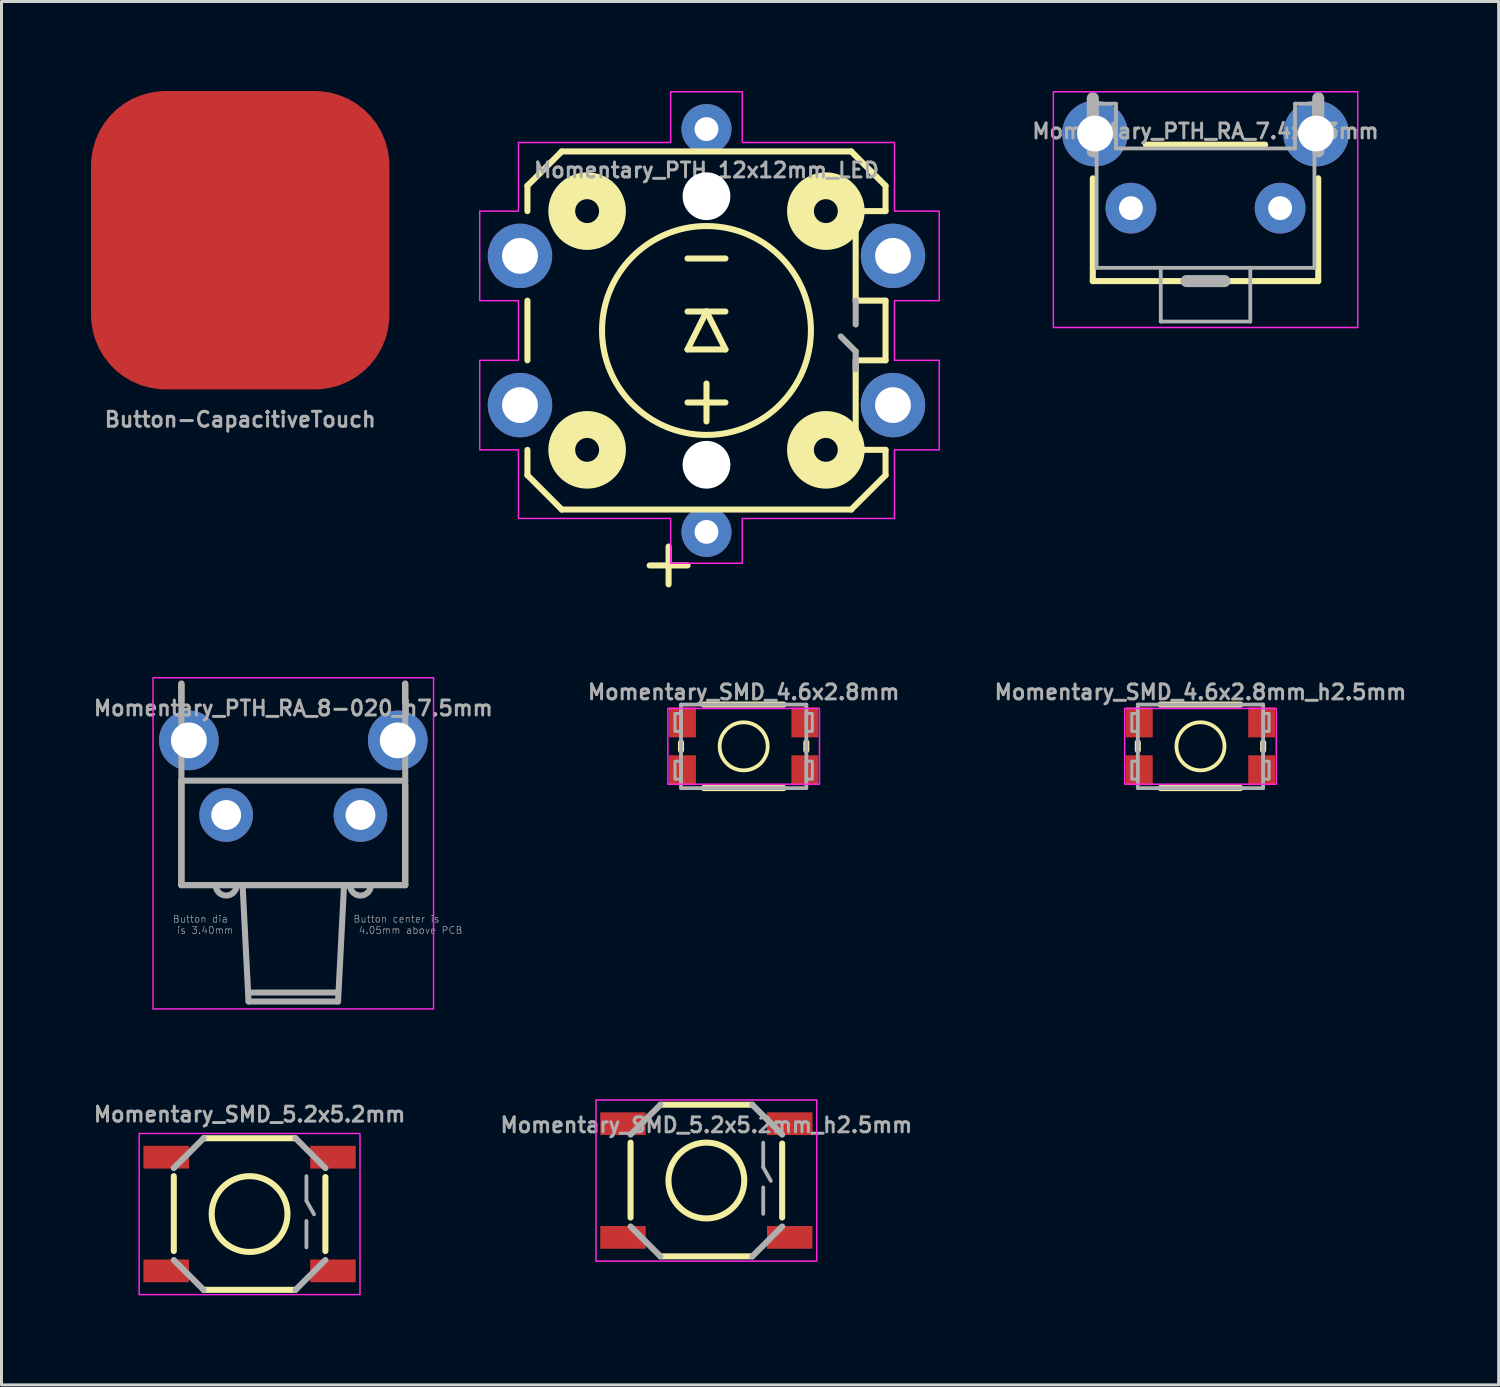
<source format=kicad_pcb>
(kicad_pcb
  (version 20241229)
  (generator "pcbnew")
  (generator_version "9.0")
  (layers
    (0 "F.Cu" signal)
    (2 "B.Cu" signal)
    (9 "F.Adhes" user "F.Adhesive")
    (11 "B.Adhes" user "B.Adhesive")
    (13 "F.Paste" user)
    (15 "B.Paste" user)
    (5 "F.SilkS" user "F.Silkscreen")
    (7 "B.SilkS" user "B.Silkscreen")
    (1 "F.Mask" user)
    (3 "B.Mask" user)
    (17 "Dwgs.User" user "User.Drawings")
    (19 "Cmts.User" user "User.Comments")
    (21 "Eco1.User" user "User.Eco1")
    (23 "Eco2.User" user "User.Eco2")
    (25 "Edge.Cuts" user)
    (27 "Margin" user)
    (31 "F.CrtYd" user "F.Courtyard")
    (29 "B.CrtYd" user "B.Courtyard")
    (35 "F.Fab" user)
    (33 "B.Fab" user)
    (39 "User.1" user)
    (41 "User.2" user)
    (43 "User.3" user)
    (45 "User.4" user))
  (footprint "Momentary_PTH_RA_7.4x4.3mm"
    (layer "F.Cu")
    (at 37.348 3.925)
    (property "Reference" "Momentary_PTH_RA_7.4x4.3mm" (at 0 -2.286 0) (layer "F.Fab") (effects (font (size 0.5 0.5) (thickness 0.1)) (justify bottom)))
    (fp_circle (center -2.5 0) (end -2.278 0) (stroke (width 0.445) (type solid)) (fill yes) (layer "F.Mask"))
    (fp_circle (center 2.5 0) (end 2.722 0) (stroke (width 0.445) (type solid)) (fill yes) (layer "F.Mask"))
    (fp_circle (center -2.5 0) (end -2.055 0) (stroke (width 0.889) (type solid)) (fill yes) (layer "B.Mask"))
    (fp_circle (center 2.5 0) (end 2.945 0) (stroke (width 0.889) (type solid)) (fill yes) (layer "B.Mask"))
    (fp_line (start -3.777 -1) (end -3.777 2.445) (stroke (width 0.203) (type solid)) (layer "F.SilkS"))
    (fp_line (start -3.777 2.445) (end 3.777 2.445) (stroke (width 0.203) (type solid)) (layer "F.SilkS"))
    (fp_line (start 2 -2.127) (end -2 -2.127) (stroke (width 0.203) (type solid)) (layer "F.SilkS"))
    (fp_line (start 3.777 2.445) (end 3.777 -1) (stroke (width 0.203) (type solid)) (layer "F.SilkS"))
    (fp_rect (start -5.1 -3.9) (end 5.1 4) (stroke (width 0.05) (type default)) (fill no) (layer "F.CrtYd"))
    (fp_line (start -3.777 -1.905) (end -3.777 -3.683) (stroke (width 0.406) (type solid)) (layer "F.Fab"))
    (fp_line (start -3.65 -3.5) (end -3 -3.5) (stroke (width 0.127) (type solid)) (layer "F.Fab"))
    (fp_line (start -3.65 2) (end -3.65 -3.5) (stroke (width 0.127) (type solid)) (layer "F.Fab"))
    (fp_line (start -3.65 2) (end -1.5 2) (stroke (width 0.127) (type solid)) (layer "F.Fab"))
    (fp_line (start -3 -2) (end -3 -3.5) (stroke (width 0.127) (type solid)) (layer "F.Fab"))
    (fp_line (start -3 -2) (end 3 -2) (stroke (width 0.127) (type solid)) (layer "F.Fab"))
    (fp_line (start -1.5 2) (end -1.5 3.8) (stroke (width 0.127) (type solid)) (layer "F.Fab"))
    (fp_line (start -1.5 2) (end 1.5 2) (stroke (width 0.127) (type solid)) (layer "F.Fab"))
    (fp_line (start -0.635 2.445) (end 0.635 2.445) (stroke (width 0.406) (type solid)) (layer "F.Fab"))
    (fp_line (start 1.5 2) (end 1.5 3.8) (stroke (width 0.127) (type solid)) (layer "F.Fab"))
    (fp_line (start 1.5 2) (end 3.65 2) (stroke (width 0.127) (type solid)) (layer "F.Fab"))
    (fp_line (start 1.5 3.8) (end -1.5 3.8) (stroke (width 0.127) (type solid)) (layer "F.Fab"))
    (fp_line (start 3 -3.5) (end 3.65 -3.5) (stroke (width 0.127) (type solid)) (layer "F.Fab"))
    (fp_line (start 3 -2) (end 3 -3.5) (stroke (width 0.127) (type solid)) (layer "F.Fab"))
    (fp_line (start 3.65 -3.5) (end 3.65 2) (stroke (width 0.127) (type solid)) (layer "F.Fab"))
    (fp_line (start 3.777 -1.905) (end 3.777 -3.683) (stroke (width 0.406) (type solid)) (layer "F.Fab"))
    (pad "1" thru_hole circle (at -2.5 0) (size 1.7 1.7) (drill 0.8) (layers "*.Cu"))
    (pad "2" thru_hole circle (at 2.5 0) (size 1.7 1.7) (drill 0.8) (layers "*.Cu"))
    (pad "ANCHOR1" thru_hole circle (at -3.703 -2.5) (size 2.2 2.2) (drill 1.2) (layers "*.Cu" "*.Mask"))
    (pad "ANCHOR2" thru_hole circle (at 3.703 -2.5) (size 2.2 2.2) (drill 1.2) (layers "*.Cu" "*.Mask")))
  (footprint "Momentary_SMD_4.6x2.8mm_h2.5mm"
    (layer "F.Cu")
    (at 37.179 21.96)
    (property "Reference" "Momentary_SMD_4.6x2.8mm_h2.5mm" (at 0 -1.524 0) (layer "F.Fab") (effects (font (size 0.5 0.5) (thickness 0.1)) (justify bottom)))
    (fp_line (start -2.1 -0.13) (end -2.1 0.13) (stroke (width 0.203) (type solid)) (layer "F.SilkS"))
    (fp_line (start -1.338 -1.4) (end 1.338 -1.4) (stroke (width 0.203) (type solid)) (layer "F.SilkS"))
    (fp_line (start 1.338 1.4) (end -1.338 1.4) (stroke (width 0.203) (type solid)) (layer "F.SilkS"))
    (fp_line (start 2.1 0.13) (end 2.1 -0.13) (stroke (width 0.203) (type solid)) (layer "F.SilkS"))
    (fp_circle (center 0 0) (end 0.805 0) (stroke (width 0.127) (type solid)) (fill no) (layer "F.SilkS"))
    (fp_rect (start -2.54 -1.27) (end 2.54 1.27) (stroke (width 0.05) (type default)) (fill no) (layer "F.CrtYd"))
    (fp_line (start -2.1 -1.4) (end -2.1 1.4) (stroke (width 0.127) (type solid)) (layer "F.Fab"))
    (fp_line (start -2.1 -1.4) (end 2.1 -1.4) (stroke (width 0.127) (type solid)) (layer "F.Fab"))
    (fp_line (start -2.1 1.4) (end 2.1 1.4) (stroke (width 0.127) (type solid)) (layer "F.Fab"))
    (fp_line (start 2.1 1.4) (end 2.1 -1.4) (stroke (width 0.127) (type solid)) (layer "F.Fab"))
    (fp_poly (pts (xy -2.3 -0.5) (xy -2.1 -0.5) (xy -2.1 -1.1) (xy -2.3 -1.1)) (stroke (width 0.1) (type default)) (fill no) (layer "F.Fab"))
    (fp_poly (pts (xy -2.3 1.1) (xy -2.1 1.1) (xy -2.1 0.5) (xy -2.3 0.5)) (stroke (width 0.1) (type default)) (fill no) (layer "F.Fab"))
    (fp_poly (pts (xy 2.3 -1.1) (xy 2.1 -1.1) (xy 2.1 -0.5) (xy 2.3 -0.5)) (stroke (width 0.1) (type default)) (fill no) (layer "F.Fab"))
    (fp_poly (pts (xy 2.3 0.5) (xy 2.1 0.5) (xy 2.1 1.1) (xy 2.3 1.1)) (stroke (width 0.1) (type default)) (fill no) (layer "F.Fab"))
    (pad "1" smd rect (at -2.05 -0.8) (size 0.9 1) (layers "F.Cu" "F.Mask" "F.Paste"))
    (pad "1" smd rect (at 2.05 -0.8) (size 0.9 1) (layers "F.Cu" "F.Mask" "F.Paste"))
    (pad "2" smd rect (at -2.05 0.8) (size 0.9 1) (layers "F.Cu" "F.Mask" "F.Paste"))
    (pad "2" smd rect (at 2.05 0.8) (size 0.9 1) (layers "F.Cu" "F.Mask" "F.Paste")))
  (footprint "Momentary_SMD_4.6x2.8mm"
    (layer "F.Cu")
    (at 21.871 21.96)
    (property "Reference" "Momentary_SMD_4.6x2.8mm" (at 0 -1.524 0) (layer "F.Fab") (effects (font (size 0.5 0.5) (thickness 0.1)) (justify bottom)))
    (fp_line (start -2.1 -0.13) (end -2.1 0.13) (stroke (width 0.203) (type solid)) (layer "F.SilkS"))
    (fp_line (start -1.338 -1.4) (end 1.338 -1.4) (stroke (width 0.203) (type solid)) (layer "F.SilkS"))
    (fp_line (start 1.338 1.4) (end -1.338 1.4) (stroke (width 0.203) (type solid)) (layer "F.SilkS"))
    (fp_line (start 2.1 0.13) (end 2.1 -0.13) (stroke (width 0.203) (type solid)) (layer "F.SilkS"))
    (fp_circle (center 0 0) (end 0.805 0) (stroke (width 0.127) (type solid)) (fill no) (layer "F.SilkS"))
    (fp_rect (start -2.54 -1.27) (end 2.54 1.27) (stroke (width 0.05) (type default)) (fill no) (layer "F.CrtYd"))
    (fp_line (start -2.1 -1.4) (end -2.1 1.4) (stroke (width 0.127) (type solid)) (layer "F.Fab"))
    (fp_line (start -2.1 -1.4) (end 2.1 -1.4) (stroke (width 0.127) (type solid)) (layer "F.Fab"))
    (fp_line (start -2.1 1.4) (end 2.1 1.4) (stroke (width 0.127) (type solid)) (layer "F.Fab"))
    (fp_line (start 2.1 1.4) (end 2.1 -1.4) (stroke (width 0.127) (type solid)) (layer "F.Fab"))
    (fp_poly (pts (xy -2.3 -0.5) (xy -2.1 -0.5) (xy -2.1 -1.1) (xy -2.3 -1.1)) (stroke (width 0.1) (type default)) (fill no) (layer "F.Fab"))
    (fp_poly (pts (xy -2.3 1.1) (xy -2.1 1.1) (xy -2.1 0.5) (xy -2.3 0.5)) (stroke (width 0.1) (type default)) (fill no) (layer "F.Fab"))
    (fp_poly (pts (xy 2.3 -1.1) (xy 2.1 -1.1) (xy 2.1 -0.5) (xy 2.3 -0.5)) (stroke (width 0.1) (type default)) (fill no) (layer "F.Fab"))
    (fp_poly (pts (xy 2.3 0.5) (xy 2.1 0.5) (xy 2.1 1.1) (xy 2.3 1.1)) (stroke (width 0.1) (type default)) (fill no) (layer "F.Fab"))
    (pad "1" smd rect (at -2.05 -0.8) (size 0.9 1) (layers "F.Cu" "F.Mask" "F.Paste"))
    (pad "1" smd rect (at 2.05 -0.8) (size 0.9 1) (layers "F.Cu" "F.Mask" "F.Paste"))
    (pad "2" smd rect (at -2.05 0.8) (size 0.9 1) (layers "F.Cu" "F.Mask" "F.Paste"))
    (pad "2" smd rect (at 2.05 0.8) (size 0.9 1) (layers "F.Cu" "F.Mask" "F.Paste")))
  (footprint "Momentary_PTH_12x12mm_LED"
    (layer "F.Cu")
    (at 20.625 8.025)
    (property "Reference" "Momentary_PTH_12x12mm_LED" (at 0 -5.08 0) (layer "F.Fab") (effects (font (size 0.5 0.5) (thickness 0.1)) (justify bottom)))
    (fp_line (start -6 -4.85) (end -4.85 -6) (stroke (width 0.203) (type solid)) (layer "F.SilkS"))
    (fp_line (start -6 -4) (end -6 -4.85) (stroke (width 0.203) (type solid)) (layer "F.SilkS"))
    (fp_line (start -6 1) (end -6 -1) (stroke (width 0.203) (type solid)) (layer "F.SilkS"))
    (fp_line (start -6 4.85) (end -6 4) (stroke (width 0.203) (type solid)) (layer "F.SilkS"))
    (fp_line (start -4.85 -6) (end 4.85 -6) (stroke (width 0.203) (type solid)) (layer "F.SilkS"))
    (fp_line (start -4.85 6) (end -6 4.85) (stroke (width 0.203) (type solid)) (layer "F.SilkS"))
    (fp_line (start -1.27 8.509) (end -1.27 7.239) (stroke (width 0.203) (type solid)) (layer "F.SilkS"))
    (fp_line (start -0.635 -0.635) (end 0 -0.635) (stroke (width 0.203) (type solid)) (layer "F.SilkS"))
    (fp_line (start -0.635 0.635) (end 0.635 0.635) (stroke (width 0.203) (type solid)) (layer "F.SilkS"))
    (fp_line (start -0.635 7.874) (end -1.905 7.874) (stroke (width 0.203) (type solid)) (layer "F.SilkS"))
    (fp_line (start 0 -0.635) (end -0.635 0.635) (stroke (width 0.203) (type solid)) (layer "F.SilkS"))
    (fp_line (start 0 -0.635) (end 0.635 -0.635) (stroke (width 0.203) (type solid)) (layer "F.SilkS"))
    (fp_line (start 0 3.048) (end 0 1.778) (stroke (width 0.203) (type solid)) (layer "F.SilkS"))
    (fp_line (start 0.635 -2.413) (end -0.635 -2.413) (stroke (width 0.203) (type solid)) (layer "F.SilkS"))
    (fp_line (start 0.635 0.635) (end 0 -0.635) (stroke (width 0.203) (type solid)) (layer "F.SilkS"))
    (fp_line (start 0.635 2.413) (end -0.635 2.413) (stroke (width 0.203) (type solid)) (layer "F.SilkS"))
    (fp_line (start 4.85 -6) (end 6 -4.85) (stroke (width 0.203) (type solid)) (layer "F.SilkS"))
    (fp_line (start 4.85 6) (end -4.85 6) (stroke (width 0.203) (type solid)) (layer "F.SilkS"))
    (fp_line (start 5 -4) (end 6 -4) (stroke (width 0.203) (type solid)) (layer "F.SilkS"))
    (fp_line (start 5 -1) (end 5 -4) (stroke (width 0.203) (type solid)) (layer "F.SilkS"))
    (fp_line (start 5 1) (end 5 4) (stroke (width 0.203) (type solid)) (layer "F.SilkS"))
    (fp_line (start 5 4) (end 6 4) (stroke (width 0.203) (type solid)) (layer "F.SilkS"))
    (fp_line (start 6 -4.85) (end 6 -4) (stroke (width 0.203) (type solid)) (layer "F.SilkS"))
    (fp_line (start 6 -1) (end 5 -1) (stroke (width 0.203) (type solid)) (layer "F.SilkS"))
    (fp_line (start 6 -1) (end 6 1) (stroke (width 0.203) (type solid)) (layer "F.SilkS"))
    (fp_line (start 6 1) (end 5 1) (stroke (width 0.203) (type solid)) (layer "F.SilkS"))
    (fp_line (start 6 4) (end 6 4.85) (stroke (width 0.203) (type solid)) (layer "F.SilkS"))
    (fp_line (start 6 4.85) (end 4.85 6) (stroke (width 0.203) (type solid)) (layer "F.SilkS"))
    (fp_circle (center -4 -4) (end -3.6 -4) (stroke (width 0.9) (type solid)) (fill no) (layer "F.SilkS"))
    (fp_circle (center -4 4) (end -3.6 4) (stroke (width 0.9) (type solid)) (fill no) (layer "F.SilkS"))
    (fp_circle (center 0 0) (end 3.5 0) (stroke (width 0.203) (type solid)) (fill no) (layer "F.SilkS"))
    (fp_circle (center 4 -4) (end 4.4 -4) (stroke (width 0.9) (type solid)) (fill no) (layer "F.SilkS"))
    (fp_circle (center 4 4) (end 4.4 4) (stroke (width 0.9) (type solid)) (fill no) (layer "F.SilkS"))
    (fp_poly (pts (xy 7.8 -4) (xy 7.8 -1) (xy 6.3 -1) (xy 6.3 1) (xy 7.8 1) (xy 7.8 4) (xy 6.3 4) (xy 6.3 6.3) (xy 1.2 6.3) (xy 1.2 7.8) (xy -1.2 7.8) (xy -1.2 6.3) (xy -6.3 6.3) (xy -6.3 4) (xy -7.6 4) (xy -7.6 1) (xy -6.3 1) (xy -6.3 -1) (xy -7.6 -1) (xy -7.6 -4) (xy -6.3 -4) (xy -6.3 -6.3) (xy -1.2 -6.3) (xy -1.2 -8) (xy 1.2 -8) (xy 1.2 -6.3) (xy 6.3 -6.3) (xy 6.3 -4)) (stroke (width 0.05) (type solid)) (fill no) (layer "F.CrtYd"))
    (fp_line (start 5 -0.2) (end 5 -1) (stroke (width 0.203) (type solid)) (layer "F.Fab"))
    (fp_line (start 5 0.7) (end 4.5 0.2) (stroke (width 0.203) (type solid)) (layer "F.Fab"))
    (fp_line (start 5 1.3) (end 5 0.7) (stroke (width 0.203) (type solid)) (layer "F.Fab"))
    (pad "" np_thru_hole circle (at 0 -4.5) (size 1.6 1.6) (drill 1.6) (layers "*.Cu" "*.Mask"))
    (pad "" np_thru_hole circle (at 0 4.5) (size 1.6 1.6) (drill 1.6) (layers "*.Cu" "*.Mask"))
    (pad "1" thru_hole circle (at -6.25 -2.5) (size 2.159 2.159) (drill 1.2) (layers "*.Cu" "*.Mask"))
    (pad "2" thru_hole circle (at 6.25 -2.5) (size 2.159 2.159) (drill 1.2) (layers "*.Cu" "*.Mask"))
    (pad "3" thru_hole circle (at -6.25 2.5) (size 2.159 2.159) (drill 1.2) (layers "*.Cu" "*.Mask"))
    (pad "4" thru_hole circle (at 6.25 2.5) (size 2.159 2.159) (drill 1.2) (layers "*.Cu" "*.Mask"))
    (pad "A" thru_hole circle (at 0 6.75) (size 1.676 1.676) (drill 0.8) (layers "*.Cu" "*.Mask"))
    (pad "K" thru_hole circle (at 0 -6.75) (size 1.676 1.676) (drill 0.8) (layers "*.Cu" "*.Mask")))
  (footprint "Momentary_PTH_RA_8-020_h7.5mm"
    (layer "F.Cu")
    (at 6.779 24.261)
    (property "Reference" "Momentary_PTH_RA_8-020_h7.5mm" (at 0 -3.285 0) (layer "F.Fab") (effects (font (size 0.5 0.5) (thickness 0.1) (bold yes)) (justify bottom)))
    (fp_line (start -3.75 -3.8) (end -3.75 -4.4) (stroke (width 0.203) (type solid)) (layer "F.SilkS"))
    (fp_line (start -3.75 2.35) (end -3.75 -1.15) (stroke (width 0.203) (type solid)) (layer "F.SilkS"))
    (fp_line (start -3.75 2.35) (end 3.75 2.35) (stroke (width 0.203) (type solid)) (layer "F.SilkS"))
    (fp_line (start 3.75 -3.8) (end 3.75 -4.4) (stroke (width 0.203) (type solid)) (layer "F.SilkS"))
    (fp_line (start 3.75 2.35) (end 3.75 -1) (stroke (width 0.203) (type solid)) (layer "F.SilkS"))
    (fp_rect (start 4.7 -4.6) (end -4.7 6.5) (stroke (width 0.05) (type default)) (fill no) (layer "F.CrtYd"))
    (fp_line (start -3.75 -1.15) (end -3.75 -4.4) (stroke (width 0.203) (type solid)) (layer "F.Fab"))
    (fp_line (start -3.75 -1.15) (end 3.75 -1.15) (stroke (width 0.203) (type solid)) (layer "F.Fab"))
    (fp_line (start -3.75 2.35) (end -3.75 -1.15) (stroke (width 0.203) (type solid)) (layer "F.Fab"))
    (fp_line (start -3.75 2.35) (end -2.6 2.35) (stroke (width 0.203) (type solid)) (layer "F.Fab"))
    (fp_line (start -2.6 2.35) (end -1.9 2.35) (stroke (width 0.203) (type solid)) (layer "F.Fab"))
    (fp_line (start -1.9 2.35) (end -1.7 2.35) (stroke (width 0.203) (type solid)) (layer "F.Fab"))
    (fp_line (start -1.7 2.35) (end -1.5 6.25) (stroke (width 0.203) (type solid)) (layer "F.Fab"))
    (fp_line (start -1.7 2.35) (end 1.7 2.35) (stroke (width 0.203) (type solid)) (layer "F.Fab"))
    (fp_line (start -1.5 5.95) (end 1.5 5.95) (stroke (width 0.203) (type solid)) (layer "F.Fab"))
    (fp_line (start -1.5 6.25) (end 1.5 6.25) (stroke (width 0.203) (type solid)) (layer "F.Fab"))
    (fp_line (start 1.5 6.25) (end 1.7 2.35) (stroke (width 0.203) (type solid)) (layer "F.Fab"))
    (fp_line (start 1.7 2.35) (end 1.9 2.35) (stroke (width 0.203) (type solid)) (layer "F.Fab"))
    (fp_line (start 1.9 2.35) (end 2.6 2.35) (stroke (width 0.203) (type solid)) (layer "F.Fab"))
    (fp_line (start 2.6 2.35) (end 3.75 2.35) (stroke (width 0.203) (type solid)) (layer "F.Fab"))
    (fp_line (start 3.75 -1.15) (end 3.75 -4.4) (stroke (width 0.203) (type solid)) (layer "F.Fab"))
    (fp_line (start 3.75 2.35) (end 3.75 -1.15) (stroke (width 0.203) (type solid)) (layer "F.Fab"))
    (fp_arc (start -1.9 2.35) (mid -2.25 2.7) (end -2.6 2.35) (stroke (width 0.2032) (type solid)) (layer "F.Fab"))
    (fp_arc (start 2.6 2.35) (mid 2.25 2.7) (end 1.9 2.35) (stroke (width 0.2032) (type solid)) (layer "F.Fab"))
    (fp_text user "Button center is\n 4.05mm above PCB" (at 2 4 0) (layer "F.Fab") (effects (font (size 0.234 0.234) (thickness 0.02)) (justify left bottom)))
    (fp_text user "Button dia \nis 3.40mm" (at -2 4 0) (layer "F.Fab") (effects (font (size 0.234 0.234) (thickness 0.02)) (justify right bottom)))
    (pad "1" thru_hole circle (at -2.25 0) (size 1.8 1.8) (drill 1) (layers "*.Cu" "*.Mask"))
    (pad "2" thru_hole circle (at 2.25 0) (size 1.8 1.8) (drill 1) (layers "*.Cu" "*.Mask"))
    (pad "M1" thru_hole circle (at -3.5 -2.5) (size 2 2) (drill 1.2) (layers "*.Cu" "*.Mask"))
    (pad "M2" thru_hole circle (at 3.5 -2.5) (size 2 2) (drill 1.2) (layers "*.Cu" "*.Mask")))
  (footprint "Momentary_SMD_5.2x5.2mm_h2.5mm"
    (layer "F.Cu")
    (at 20.621 36.511)
    (property "Reference" "Momentary_SMD_5.2x5.2mm_h2.5mm" (at 0 -1.567 0) (layer "F.Fab") (effects (font (size 0.5 0.5) (thickness 0.1) (bold yes)) (justify bottom)))
    (fp_line (start -2.54 1.24) (end -2.54 -1.27) (stroke (width 0.203) (type solid)) (layer "F.SilkS"))
    (fp_line (start -1.54 -2.54) (end 1.54 -2.54) (stroke (width 0.203) (type solid)) (layer "F.SilkS"))
    (fp_line (start 1.54 2.54) (end -1.54 2.54) (stroke (width 0.203) (type solid)) (layer "F.SilkS"))
    (fp_line (start 2.54 -1.24) (end 2.54 1.24) (stroke (width 0.203) (type solid)) (layer "F.SilkS"))
    (fp_circle (center 0 0) (end 1.27 0) (stroke (width 0.203) (type solid)) (fill no) (layer "F.SilkS"))
    (fp_rect (start 3.7 -2.7) (end -3.7 2.7) (stroke (width 0.05) (type default)) (fill no) (layer "F.CrtYd"))
    (fp_line (start -2.54 -1.54) (end -1.54 -2.54) (stroke (width 0.203) (type solid)) (layer "F.Fab"))
    (fp_line (start -1.54 2.54) (end -2.54 1.54) (stroke (width 0.203) (type solid)) (layer "F.Fab"))
    (fp_line (start 1.54 -2.54) (end 2.54 -1.54) (stroke (width 0.203) (type solid)) (layer "F.Fab"))
    (fp_line (start 1.905 -1.27) (end 1.905 -0.445) (stroke (width 0.127) (type solid)) (layer "F.Fab"))
    (fp_line (start 1.905 -0.445) (end 2.16 0.01) (stroke (width 0.127) (type solid)) (layer "F.Fab"))
    (fp_line (start 1.905 0.23) (end 1.905 1.115) (stroke (width 0.127) (type solid)) (layer "F.Fab"))
    (fp_line (start 2.54 1.54) (end 1.54 2.54) (stroke (width 0.203) (type solid)) (layer "F.Fab"))
    (pad "1" smd rect (at -2.794 -1.905 90) (size 0.762 1.524) (layers "F.Cu" "F.Mask" "F.Paste"))
    (pad "2" smd rect (at 2.794 -1.905 90) (size 0.762 1.524) (layers "F.Cu" "F.Mask" "F.Paste"))
    (pad "3" smd rect (at -2.794 1.905 90) (size 0.762 1.524) (layers "F.Cu" "F.Mask" "F.Paste"))
    (pad "4" smd rect (at 2.794 1.905 90) (size 0.762 1.524) (layers "F.Cu" "F.Mask" "F.Paste")))
  (footprint "Momentary_SMD_5.2x5.2mm"
    (layer "F.Cu")
    (at 5.314 37.634)
    (property "Reference" "Momentary_SMD_5.2x5.2mm" (at 0 -3.048 0) (layer "F.Fab") (effects (font (size 0.5 0.5) (thickness 0.1) (bold yes)) (justify bottom)))
    (fp_line (start -2.54 1.24) (end -2.54 -1.27) (stroke (width 0.203) (type solid)) (layer "F.SilkS"))
    (fp_line (start -1.54 -2.54) (end 1.54 -2.54) (stroke (width 0.203) (type solid)) (layer "F.SilkS"))
    (fp_line (start 1.54 2.54) (end -1.54 2.54) (stroke (width 0.203) (type solid)) (layer "F.SilkS"))
    (fp_line (start 2.54 -1.24) (end 2.54 1.24) (stroke (width 0.203) (type solid)) (layer "F.SilkS"))
    (fp_circle (center 0 0) (end 1.27 0) (stroke (width 0.203) (type solid)) (fill no) (layer "F.SilkS"))
    (fp_rect (start 3.7 -2.7) (end -3.7 2.7) (stroke (width 0.05) (type default)) (fill no) (layer "F.CrtYd"))
    (fp_line (start -2.54 -1.54) (end -1.54 -2.54) (stroke (width 0.203) (type solid)) (layer "F.Fab"))
    (fp_line (start -1.54 2.54) (end -2.54 1.54) (stroke (width 0.203) (type solid)) (layer "F.Fab"))
    (fp_line (start 1.54 -2.54) (end 2.54 -1.54) (stroke (width 0.203) (type solid)) (layer "F.Fab"))
    (fp_line (start 1.905 -1.27) (end 1.905 -0.445) (stroke (width 0.127) (type solid)) (layer "F.Fab"))
    (fp_line (start 1.905 -0.445) (end 2.16 0.01) (stroke (width 0.127) (type solid)) (layer "F.Fab"))
    (fp_line (start 1.905 0.23) (end 1.905 1.115) (stroke (width 0.127) (type solid)) (layer "F.Fab"))
    (fp_line (start 2.54 1.54) (end 1.54 2.54) (stroke (width 0.203) (type solid)) (layer "F.Fab"))
    (pad "1" smd rect (at -2.794 -1.905 90) (size 0.762 1.524) (layers "F.Cu" "F.Mask" "F.Paste"))
    (pad "2" smd rect (at 2.794 -1.905 90) (size 0.762 1.524) (layers "F.Cu" "F.Mask" "F.Paste"))
    (pad "3" smd rect (at -2.794 1.905 90) (size 0.762 1.524) (layers "F.Cu" "F.Mask" "F.Paste"))
    (pad "4" smd rect (at 2.794 1.905 90) (size 0.762 1.524) (layers "F.Cu" "F.Mask" "F.Paste")))
  (footprint "Button-CapacitiveTouch"
    (layer "F.Cu")
    (at 5 5)
    (property "Reference" "Button-CapacitiveTouch" (at 0 6.3 180) (layer "F.Fab") (effects (font (size 0.5 0.5) (thickness 0.1) (bold yes)) (justify bottom)))
    (pad "1" smd roundrect (at 0 0) (size 10 10) (layers "F.Cu") (roundrect_rratio 0.25)))
  (gr_rect
    (start -3 -3)
    (end 47.171 43.359)
    (stroke (width 0.1) (type default))
    (fill no)
    (layer "Edge.Cuts")))
</source>
